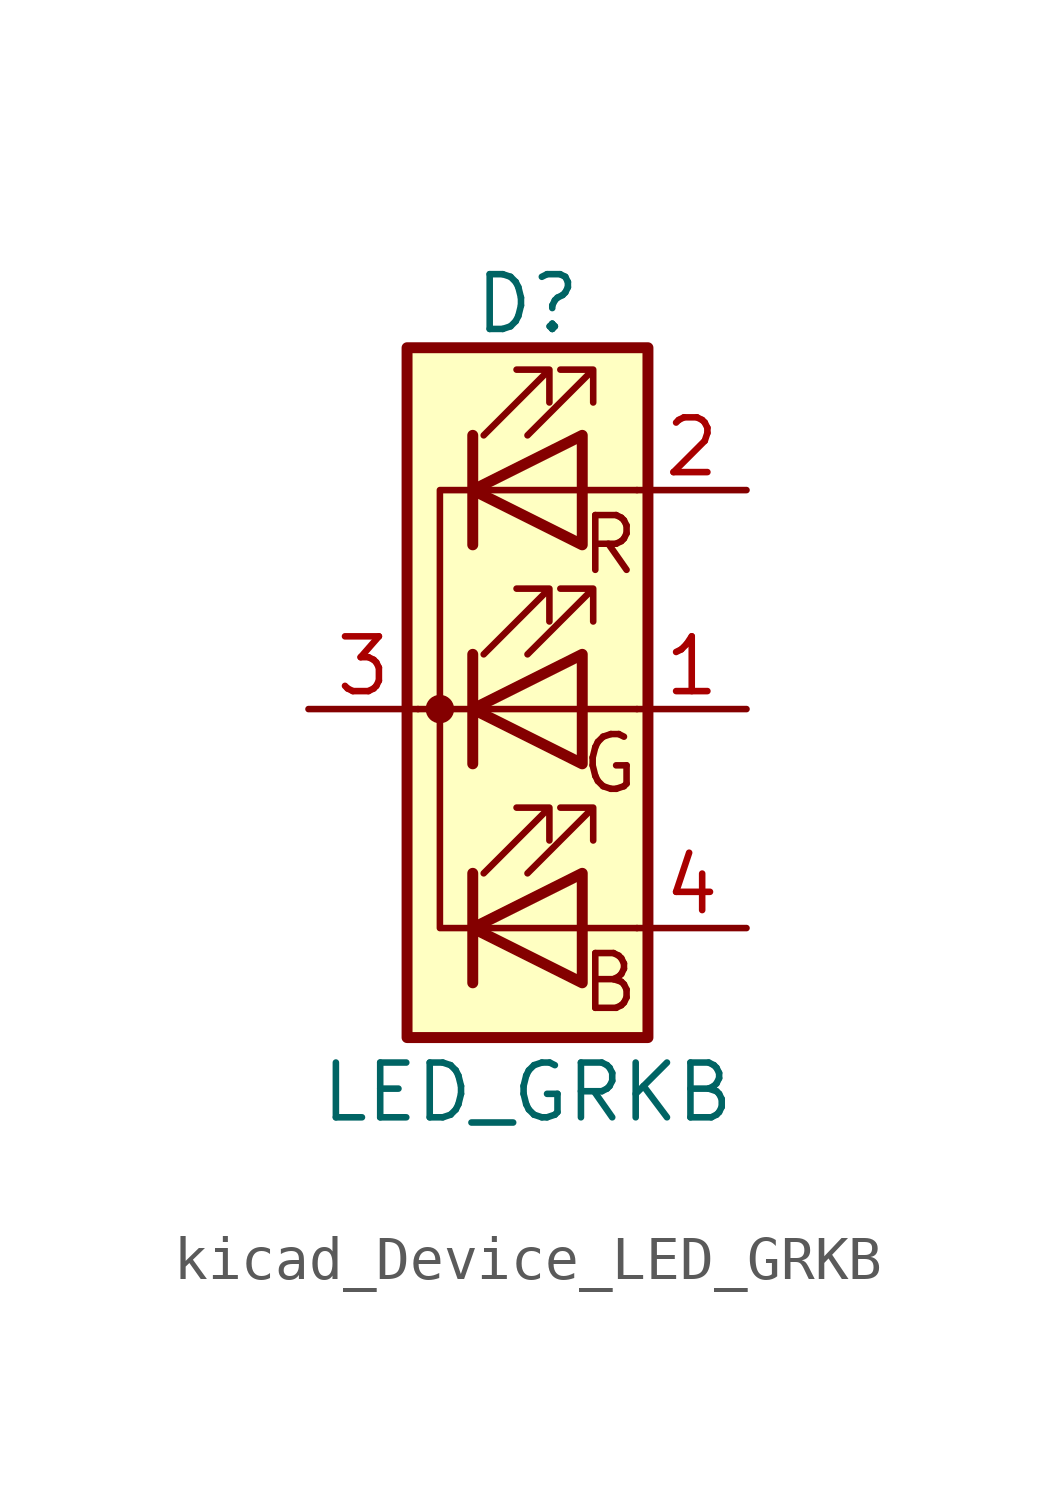
<source format=kicad_sym>
(kicad_symbol_lib
  (version 20220914)
  (generator kicad_symbol_editor)
  (symbol "kicad_Device_LED_GRKB"
    (pin_names
      (offset 0) hide)
    (property "Reference" "D"
      (at 0 9.398 0)
      (effects (font (size 1.27 1.27))))
    (property "Value" "LED_GRKB"
      (at 0 -8.89 0)
      (effects (font (size 1.27 1.27))))
    (symbol "kicad_Device_LED_GRKB_0_0"
      (text "B" (at 1.905 -6.35 0) (effects (font (size 1.27 1.27))))
      (text "G" (at 1.905 -1.27 0) (effects (font (size 1.27 1.27))))
      (text "R" (at 1.905 3.81 0) (effects (font (size 1.27 1.27)))))
    (symbol "kicad_Device_LED_GRKB_0_1"
      (circle (center -2.032 0) (radius 0.254) (stroke (width 0) (type default)) (fill (type outline)))
      (polyline (pts (xy -1.27 -5.08) (xy 1.27 -5.08)) (stroke (width 0) (type default)) (fill (type none)))
      (polyline (pts (xy -1.27 -3.81) (xy -1.27 -6.35)) (stroke (width 0.254) (type default)) (fill (type none)))
      (polyline (pts (xy -1.27 0) (xy -2.54 0)) (stroke (width 0) (type default)) (fill (type none)))
      (polyline (pts (xy -1.27 1.27) (xy -1.27 -1.27)) (stroke (width 0.254) (type default)) (fill (type none)))
      (polyline (pts (xy -1.27 5.08) (xy 1.27 5.08)) (stroke (width 0) (type default)) (fill (type none)))
      (polyline (pts (xy -1.27 6.35) (xy -1.27 3.81)) (stroke (width 0.254) (type default)) (fill (type none)))
      (polyline (pts (xy 1.27 -5.08) (xy 2.54 -5.08)) (stroke (width 0) (type default)) (fill (type none)))
      (polyline (pts (xy 1.27 0) (xy -1.27 0)) (stroke (width 0) (type default)) (fill (type none)))
      (polyline (pts (xy 1.27 0) (xy 2.54 0)) (stroke (width 0) (type default)) (fill (type none)))
      (polyline (pts (xy 1.27 5.08) (xy 2.54 5.08)) (stroke (width 0) (type default)) (fill (type none)))
      (polyline (pts (xy -1.27 1.27) (xy -1.27 -1.27) (xy -1.27 -1.27)) (stroke (width 0) (type default)) (fill (type none)))
      (polyline (pts (xy -1.27 6.35) (xy -1.27 3.81) (xy -1.27 3.81)) (stroke (width 0) (type default)) (fill (type none)))
      (polyline (pts (xy -1.27 5.08) (xy -2.032 5.08) (xy -2.032 -5.08) (xy -1.016 -5.08)) (stroke (width 0) (type default)) (fill (type none)))
      (polyline (pts (xy 1.27 -3.81) (xy 1.27 -6.35) (xy -1.27 -5.08) (xy 1.27 -3.81)) (stroke (width 0.254) (type default)) (fill (type none)))
      (polyline (pts (xy 1.27 1.27) (xy 1.27 -1.27) (xy -1.27 0) (xy 1.27 1.27)) (stroke (width 0.254) (type default)) (fill (type none)))
      (polyline (pts (xy 1.27 6.35) (xy 1.27 3.81) (xy -1.27 5.08) (xy 1.27 6.35)) (stroke (width 0.254) (type default)) (fill (type none)))
      (polyline (pts (xy -1.016 -3.81) (xy 0.508 -2.286) (xy -0.254 -2.286) (xy 0.508 -2.286) (xy 0.508 -3.048)) (stroke (width 0) (type default)) (fill (type none)))
      (polyline (pts (xy -1.016 1.27) (xy 0.508 2.794) (xy -0.254 2.794) (xy 0.508 2.794) (xy 0.508 2.032)) (stroke (width 0) (type default)) (fill (type none)))
      (polyline (pts (xy -1.016 6.35) (xy 0.508 7.874) (xy -0.254 7.874) (xy 0.508 7.874) (xy 0.508 7.112)) (stroke (width 0) (type default)) (fill (type none)))
      (polyline (pts (xy 0 -3.81) (xy 1.524 -2.286) (xy 0.762 -2.286) (xy 1.524 -2.286) (xy 1.524 -3.048)) (stroke (width 0) (type default)) (fill (type none)))
      (polyline (pts (xy 0 1.27) (xy 1.524 2.794) (xy 0.762 2.794) (xy 1.524 2.794) (xy 1.524 2.032)) (stroke (width 0) (type default)) (fill (type none)))
      (polyline (pts (xy 0 6.35) (xy 1.524 7.874) (xy 0.762 7.874) (xy 1.524 7.874) (xy 1.524 7.112)) (stroke (width 0) (type default)) (fill (type none)))
      (rectangle (start 1.27 -1.27) (end 1.27 1.27) (stroke (width 0) (type default)) (fill (type none)))
      (rectangle (start 1.27 1.27) (end 1.27 1.27) (stroke (width 0) (type default)) (fill (type none)))
      (rectangle (start 1.27 3.81) (end 1.27 6.35) (stroke (width 0) (type default)) (fill (type none)))
      (rectangle (start 1.27 6.35) (end 1.27 6.35) (stroke (width 0) (type default)) (fill (type none)))
      (rectangle (start 2.794 8.382) (end -2.794 -7.62) (stroke (width 0.254) (type default)) (fill (type background))))
    (symbol "kicad_Device_LED_GRKB_1_1"
      (pin passive line (at 5.08 0 180) (length 2.54) (name "GA" (effects (font (size 1.27 1.27)))) (number "1" (effects (font (size 1.27 1.27)))))
      (pin passive line (at 5.08 5.08 180) (length 2.54) (name "RA" (effects (font (size 1.27 1.27)))) (number "2" (effects (font (size 1.27 1.27)))))
      (pin passive line (at -5.08 0 0) (length 2.54) (name "K" (effects (font (size 1.27 1.27)))) (number "3" (effects (font (size 1.27 1.27)))))
      (pin passive line (at 5.08 -5.08 180) (length 2.54) (name "BA" (effects (font (size 1.27 1.27)))) (number "4" (effects (font (size 1.27 1.27))))))))
</source>
